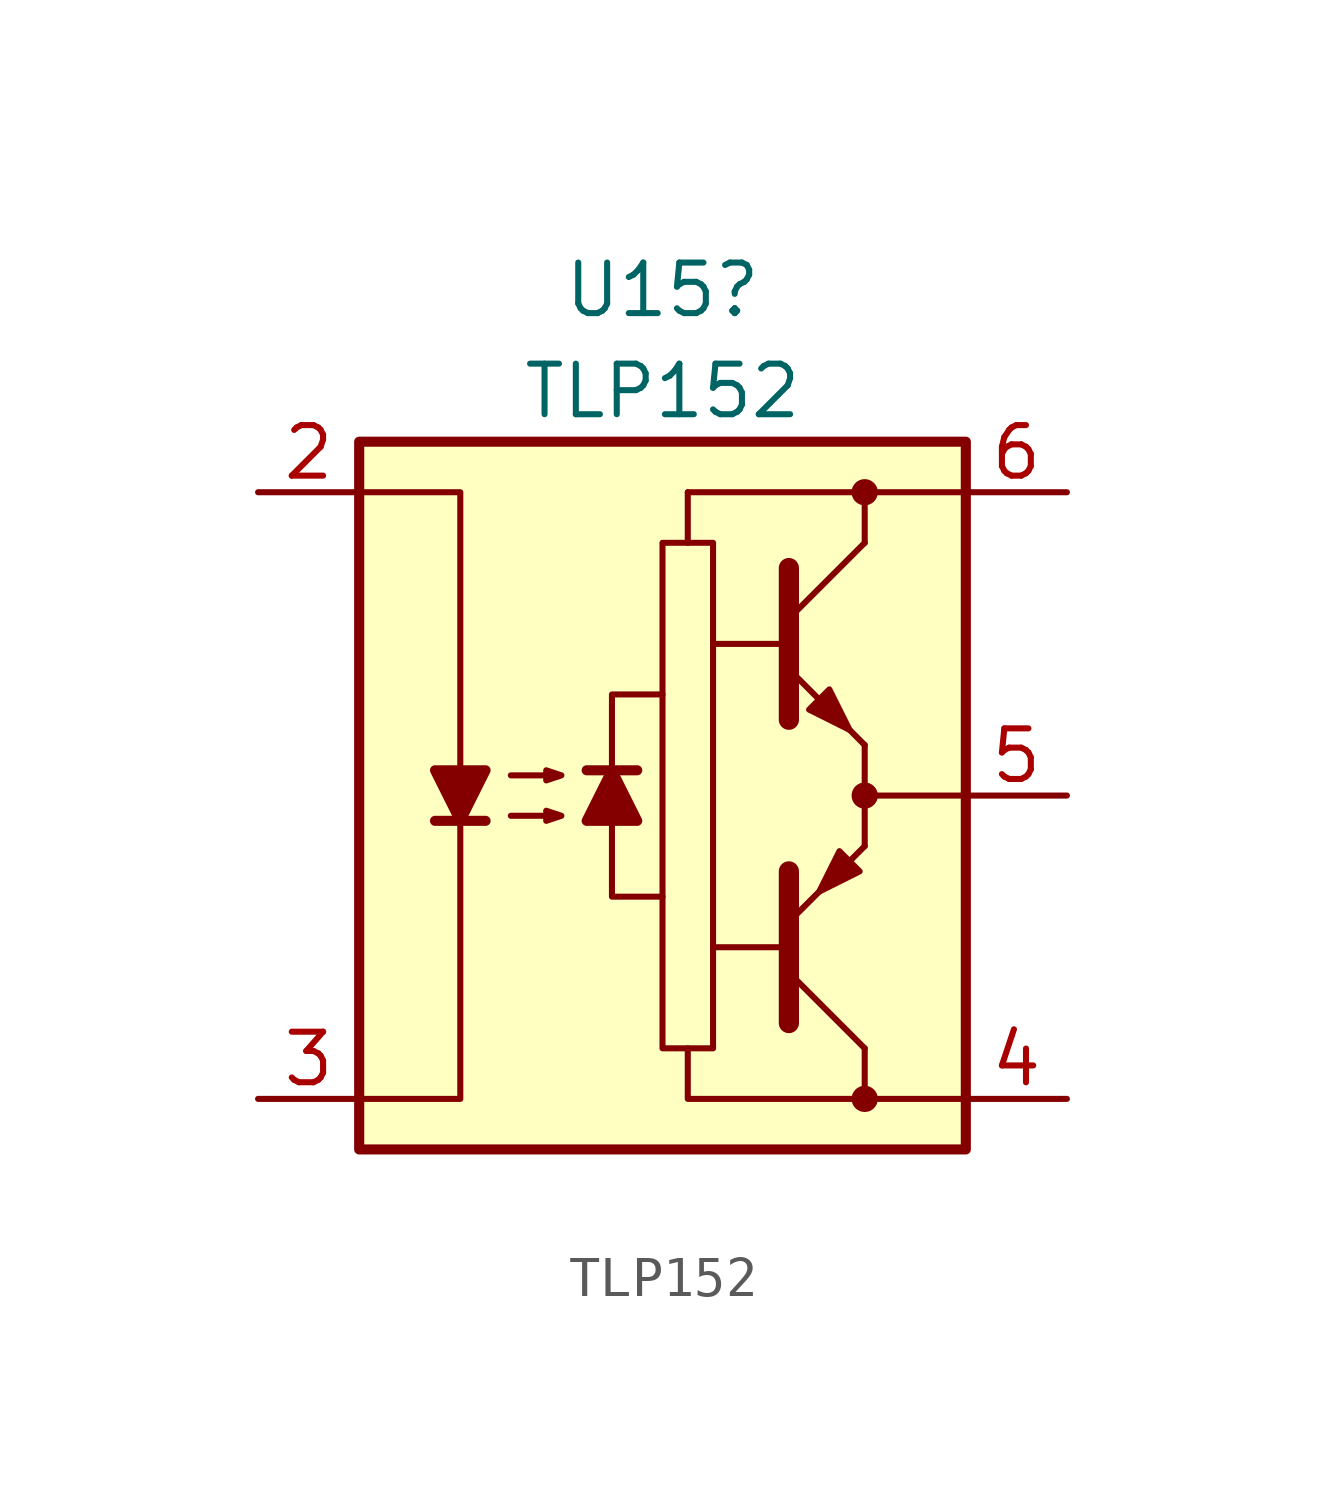
<source format=kicad_sym>
(kicad_symbol_lib
  (version 20220914)
  (generator kicad_symbol_editor)
  (symbol "TLP152"
    (pin_names hide)
    (property "Reference" "U15"
      (at 0 12.7 0)
      (effects (font (size 1.27 1.27))))
    (property "Value" "TLP152"
      (at 0 10.16 0)
      (effects (font (size 1.27 1.27))))
    (symbol "TLP152_0_1"
      (rectangle (start -7.62 8.89) (end 7.62 -8.89) (stroke (width 0.254) (type default)) (fill (type background)))
      (polyline (pts (xy -5.715 -0.635) (xy -4.445 -0.635)) (stroke (width 0.254) (type default)) (fill (type none)))
      (polyline (pts (xy -0.635 0.635) (xy -1.905 0.635)) (stroke (width 0.254) (type default)) (fill (type none)))
      (polyline (pts (xy 3.048 -3.81) (xy 1.27 -3.81)) (stroke (width 0) (type default)) (fill (type none)))
      (polyline (pts (xy 3.048 3.81) (xy 1.27 3.81)) (stroke (width 0) (type default)) (fill (type none)))
      (polyline (pts (xy 3.175 -4.445) (xy 5.08 -6.35)) (stroke (width 0) (type default)) (fill (type none)))
      (polyline (pts (xy 3.175 4.445) (xy 5.08 6.35)) (stroke (width 0) (type default)) (fill (type none)))
      (polyline (pts (xy 5.08 -6.35) (xy 5.08 -7.62)) (stroke (width 0) (type default)) (fill (type none)))
      (polyline (pts (xy 5.08 -1.27) (xy 3.175 -3.175)) (stroke (width 0) (type default)) (fill (type outline)))
      (polyline (pts (xy 5.08 0) (xy 7.62 0)) (stroke (width 0) (type default)) (fill (type none)))
      (polyline (pts (xy 5.08 1.27) (xy 3.175 3.175)) (stroke (width 0) (type default)) (fill (type outline)))
      (polyline (pts (xy 5.08 6.35) (xy 5.08 7.62)) (stroke (width 0) (type default)) (fill (type none)))
      (polyline (pts (xy 7.62 7.62) (xy 0.635 7.62)) (stroke (width 0) (type default)) (fill (type none)))
      (polyline (pts (xy -1.27 -0.635) (xy -1.27 -2.54) (xy 0 -2.54)) (stroke (width 0) (type default)) (fill (type none)))
      (polyline (pts (xy -1.27 0.635) (xy -1.27 2.54) (xy 0 2.54)) (stroke (width 0) (type default)) (fill (type none)))
      (polyline (pts (xy 0.635 -6.35) (xy 0.635 -7.62) (xy 7.62 -7.62)) (stroke (width 0) (type default)) (fill (type none)))
      (polyline (pts (xy 3.175 -5.715) (xy 3.175 -1.905) (xy 3.175 -1.905)) (stroke (width 0.508) (type default)) (fill (type none)))
      (polyline (pts (xy 3.175 5.715) (xy 3.175 1.905) (xy 3.175 1.905)) (stroke (width 0.508) (type default)) (fill (type none)))
      (polyline (pts (xy -7.62 7.62) (xy -5.08 7.62) (xy -5.08 -7.62) (xy -7.62 -7.62)) (stroke (width 0) (type default)) (fill (type none)))
      (polyline (pts (xy -5.08 -0.635) (xy -5.715 0.635) (xy -4.445 0.635) (xy -5.08 -0.635)) (stroke (width 0.254) (type default)) (fill (type outline)))
      (polyline (pts (xy -1.27 0.635) (xy -0.635 -0.635) (xy -1.905 -0.635) (xy -1.27 0.635)) (stroke (width 0.254) (type default)) (fill (type outline)))
      (polyline (pts (xy -3.81 -0.508) (xy -2.54 -0.508) (xy -2.921 -0.635) (xy -2.921 -0.381) (xy -2.54 -0.508)) (stroke (width 0) (type default)) (fill (type none)))
      (polyline (pts (xy -3.81 0.508) (xy -2.54 0.508) (xy -2.921 0.381) (xy -2.921 0.635) (xy -2.54 0.508)) (stroke (width 0) (type default)) (fill (type none)))
      (polyline (pts (xy 1.27 6.35) (xy 1.27 -6.35) (xy 0 -6.35) (xy 0 6.35) (xy 1.27 6.35)) (stroke (width 0) (type default)) (fill (type none)))
      (polyline (pts (xy 3.683 2.159) (xy 4.191 2.667) (xy 4.699 1.651) (xy 3.683 2.159) (xy 3.683 2.159)) (stroke (width 0) (type default)) (fill (type outline)))
      (polyline (pts (xy 4.953 -1.905) (xy 4.445 -1.397) (xy 3.937 -2.413) (xy 4.953 -1.905) (xy 4.953 -1.905)) (stroke (width 0) (type default)) (fill (type outline)))
      (rectangle (start 0.635 6.35) (end 0.635 6.35) (stroke (width 0) (type default)) (fill (type none)))
      (rectangle (start 0.635 6.35) (end 0.635 7.62) (stroke (width 0) (type default)) (fill (type none)))
      (circle (center 5.08 -7.62) (radius 0.254) (stroke (width 0) (type default)) (fill (type outline)))
      (circle (center 5.08 0) (radius 0.254) (stroke (width 0) (type default)) (fill (type outline)))
      (rectangle (start 5.08 1.27) (end 5.08 -1.27) (stroke (width 0) (type default)) (fill (type none)))
      (circle (center 5.08 7.62) (radius 0.254) (stroke (width 0) (type default)) (fill (type outline))))
    (symbol "TLP152_1_1"
      (pin no_connect line (at -7.62 2.54 0) (length 2.54) hide (name "NC" (effects (font (size 1.27 1.27)))) (number "1" (effects (font (size 1.27 1.27)))))
      (pin passive line (at -10.16 7.62 0) (length 2.54) (name "A" (effects (font (size 1.27 1.27)))) (number "2" (effects (font (size 1.27 1.27)))))
      (pin passive line (at -10.16 -7.62 0) (length 2.54) (name "C" (effects (font (size 1.27 1.27)))) (number "3" (effects (font (size 1.27 1.27)))))
      (pin power_in line (at 10.16 -7.62 180) (length 2.54) (name "VEE" (effects (font (size 1.27 1.27)))) (number "4" (effects (font (size 1.27 1.27)))))
      (pin output line (at 10.16 0 180) (length 2.54) (name "VO" (effects (font (size 1.27 1.27)))) (number "5" (effects (font (size 1.27 1.27)))))
      (pin power_in line (at 10.16 7.62 180) (length 2.54) (name "VCC" (effects (font (size 1.27 1.27)))) (number "6" (effects (font (size 1.27 1.27))))))))
</source>
